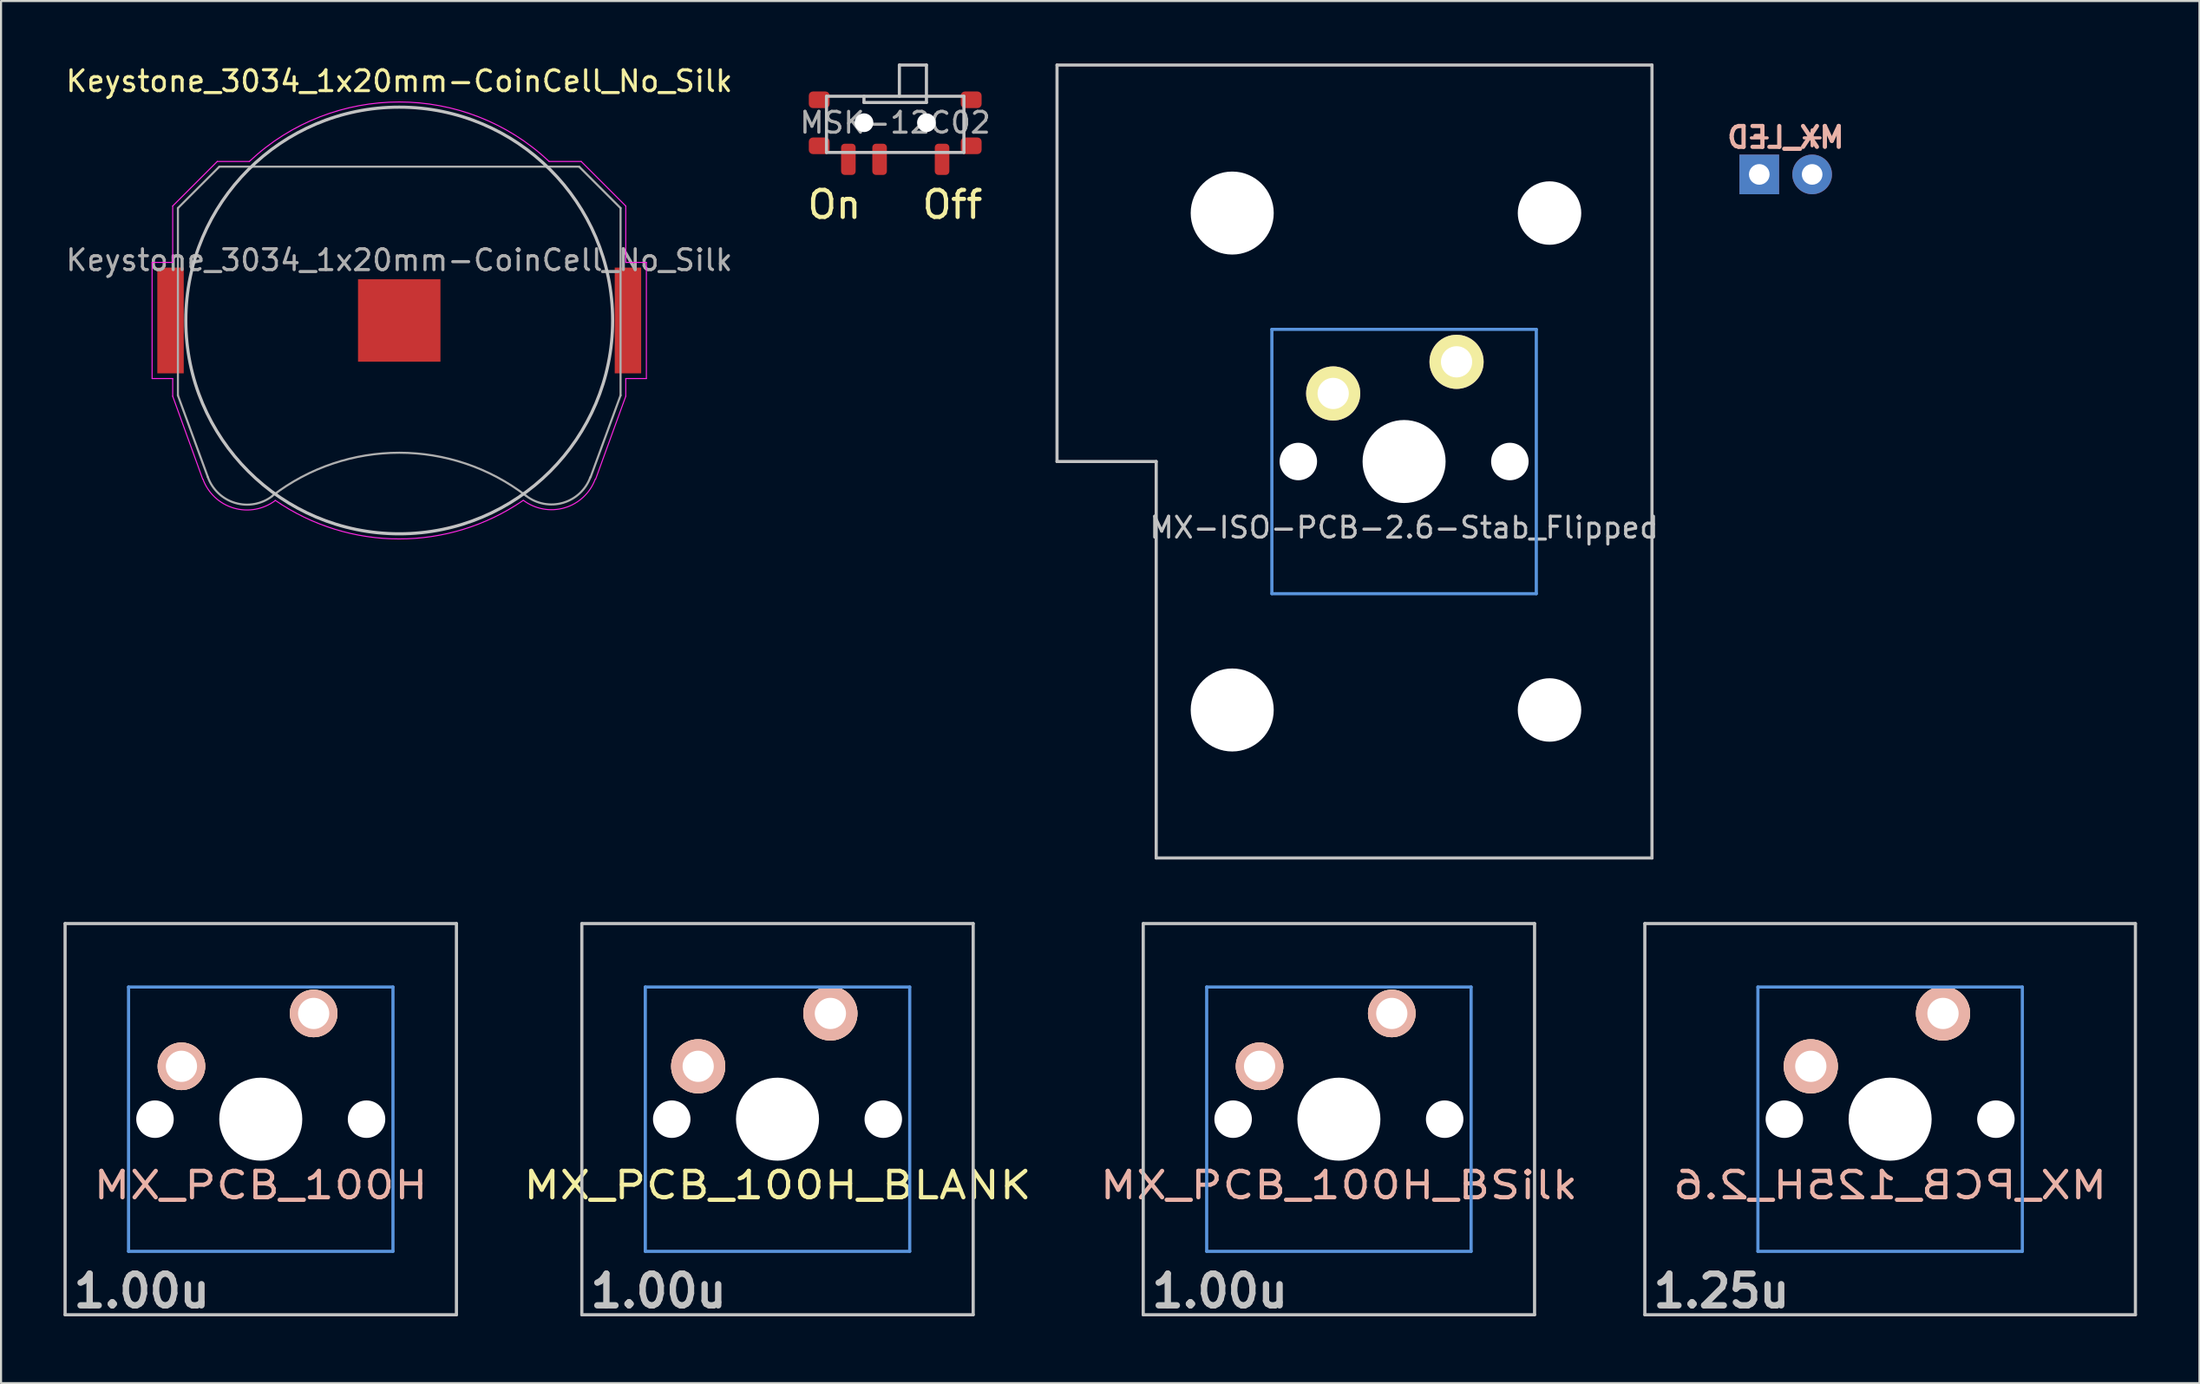
<source format=kicad_pcb>
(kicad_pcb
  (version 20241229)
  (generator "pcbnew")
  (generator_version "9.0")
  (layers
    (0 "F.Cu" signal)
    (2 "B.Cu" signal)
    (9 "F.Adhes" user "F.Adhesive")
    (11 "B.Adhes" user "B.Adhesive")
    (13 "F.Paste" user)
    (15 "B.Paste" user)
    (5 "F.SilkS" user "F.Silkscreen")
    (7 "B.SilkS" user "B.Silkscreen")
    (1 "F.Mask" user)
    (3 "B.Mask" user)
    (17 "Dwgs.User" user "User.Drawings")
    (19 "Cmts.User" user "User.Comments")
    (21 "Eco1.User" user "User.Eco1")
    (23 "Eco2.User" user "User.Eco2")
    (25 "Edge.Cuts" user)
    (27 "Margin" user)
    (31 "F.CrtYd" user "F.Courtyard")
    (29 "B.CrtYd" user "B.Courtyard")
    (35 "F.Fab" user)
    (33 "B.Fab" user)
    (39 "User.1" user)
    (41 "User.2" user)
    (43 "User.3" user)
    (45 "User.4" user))
  (footprint "MX_PCB_100H_BLANK"
    (layer "F.Cu")
    (at 34.293 50.724)
    (property "Reference" "MX_PCB_100H_BLANK" (at 0 3.175 0) (layer "F.SilkS") (effects (font (size 1.27 1.524) (thickness 0.203))))
    (attr through_hole)
    (fp_line (start -9.398 -9.398) (end 9.398 -9.398) (stroke (width 0.152) (type solid)) (layer "Dwgs.User"))
    (fp_line (start -9.398 9.398) (end -9.398 -9.398) (stroke (width 0.152) (type solid)) (layer "Dwgs.User"))
    (fp_line (start 9.398 -9.398) (end 9.398 9.398) (stroke (width 0.152) (type solid)) (layer "Dwgs.User"))
    (fp_line (start 9.398 9.398) (end -9.398 9.398) (stroke (width 0.152) (type solid)) (layer "Dwgs.User"))
    (fp_line (start -6.35 -6.35) (end 6.35 -6.35) (stroke (width 0.152) (type solid)) (layer "Cmts.User"))
    (fp_line (start -6.35 6.35) (end -6.35 -6.35) (stroke (width 0.152) (type solid)) (layer "Cmts.User"))
    (fp_line (start 6.35 -6.35) (end 6.35 6.35) (stroke (width 0.152) (type solid)) (layer "Cmts.User"))
    (fp_line (start 6.35 6.35) (end -6.35 6.35) (stroke (width 0.152) (type solid)) (layer "Cmts.User"))
    (fp_line (start -6.985 -6.985) (end 6.985 -6.985) (stroke (width 0.152) (type solid)) (layer "Eco2.User"))
    (fp_line (start -6.985 6.985) (end -6.985 -6.985) (stroke (width 0.152) (type solid)) (layer "Eco2.User"))
    (fp_line (start 6.985 -6.985) (end 6.985 6.985) (stroke (width 0.152) (type solid)) (layer "Eco2.User"))
    (fp_line (start 6.985 6.985) (end -6.985 6.985) (stroke (width 0.152) (type solid)) (layer "Eco2.User"))
    (fp_text user "1.00u" (at -5.715 8.255 0) (layer "Dwgs.User") (effects (font (size 1.524 1.524) (thickness 0.305))))
    (pad "" np_thru_hole circle (at -5.08 0) (size 1.8 1.8) (drill 1.8) (layers "*.Cu"))
    (pad "" np_thru_hole circle (at 0 0) (size 3.988 3.988) (drill 3.988) (layers "*.Cu"))
    (pad "" np_thru_hole circle (at 5.08 0) (size 1.8 1.8) (drill 1.8) (layers "*.Cu"))
    (pad "1" thru_hole circle (at 2.54 -5.08) (size 2.6 2.6) (drill 1.499) (layers "*.Cu" "*.SilkS" "*.Mask"))
    (pad "2" thru_hole circle (at -3.81 -2.54) (size 2.6 2.6) (drill 1.499) (layers "*.Cu" "*.SilkS" "*.Mask")))
  (footprint "MX_PCB_125H_2.6"
    (layer "F.Cu")
    (at 87.731 50.724)
    (property "Reference" "MX_PCB_125H_2.6" (at 0 3.175 0) (layer "B.SilkS") (effects (font (size 1.27 1.524) (thickness 0.203)) (justify mirror)))
    (attr through_hole)
    (fp_line (start -11.781 -9.398) (end 11.781 -9.398) (stroke (width 0.152) (type solid)) (layer "Dwgs.User"))
    (fp_line (start -11.781 9.398) (end -11.781 -9.398) (stroke (width 0.152) (type solid)) (layer "Dwgs.User"))
    (fp_line (start 11.781 -9.398) (end 11.781 9.398) (stroke (width 0.152) (type solid)) (layer "Dwgs.User"))
    (fp_line (start 11.781 9.398) (end -11.781 9.398) (stroke (width 0.152) (type solid)) (layer "Dwgs.User"))
    (fp_line (start -6.35 -6.35) (end 6.35 -6.35) (stroke (width 0.152) (type solid)) (layer "Cmts.User"))
    (fp_line (start -6.35 6.35) (end -6.35 -6.35) (stroke (width 0.152) (type solid)) (layer "Cmts.User"))
    (fp_line (start 6.35 -6.35) (end 6.35 6.35) (stroke (width 0.152) (type solid)) (layer "Cmts.User"))
    (fp_line (start 6.35 6.35) (end -6.35 6.35) (stroke (width 0.152) (type solid)) (layer "Cmts.User"))
    (fp_line (start -6.985 -6.985) (end 6.985 -6.985) (stroke (width 0.152) (type solid)) (layer "Eco2.User"))
    (fp_line (start -6.985 6.985) (end -6.985 -6.985) (stroke (width 0.152) (type solid)) (layer "Eco2.User"))
    (fp_line (start 6.985 -6.985) (end 6.985 6.985) (stroke (width 0.152) (type solid)) (layer "Eco2.User"))
    (fp_line (start 6.985 6.985) (end -6.985 6.985) (stroke (width 0.152) (type solid)) (layer "Eco2.User"))
    (fp_text user "1.25u" (at -8.098 8.255 0) (layer "Dwgs.User") (effects (font (size 1.524 1.524) (thickness 0.305))))
    (pad "" np_thru_hole circle (at -5.08 0) (size 1.8 1.8) (drill 1.8) (layers "*.Cu"))
    (pad "" np_thru_hole circle (at 0 0) (size 3.988 3.988) (drill 3.988) (layers "*.Cu"))
    (pad "" np_thru_hole circle (at 5.08 0) (size 1.8 1.8) (drill 1.8) (layers "*.Cu"))
    (pad "1" thru_hole circle (at 2.54 -5.08) (size 2.6 2.6) (drill 1.5) (layers "*.Cu" "*.SilkS" "*.Mask"))
    (pad "2" thru_hole circle (at -3.81 -2.54) (size 2.6 2.6) (drill 1.5) (layers "*.Cu" "*.SilkS" "*.Mask")))
  (footprint "MX_PCB_100H"
    (layer "F.Cu")
    (at 9.474 50.724)
    (property "Reference" "MX_PCB_100H" (at 0 3.175 0) (layer "B.SilkS") (effects (font (size 1.27 1.524) (thickness 0.203))))
    (attr through_hole)
    (fp_line (start -9.398 -9.398) (end 9.398 -9.398) (stroke (width 0.152) (type solid)) (layer "Dwgs.User"))
    (fp_line (start -9.398 9.398) (end -9.398 -9.398) (stroke (width 0.152) (type solid)) (layer "Dwgs.User"))
    (fp_line (start 9.398 -9.398) (end 9.398 9.398) (stroke (width 0.152) (type solid)) (layer "Dwgs.User"))
    (fp_line (start 9.398 9.398) (end -9.398 9.398) (stroke (width 0.152) (type solid)) (layer "Dwgs.User"))
    (fp_line (start -6.35 -6.35) (end 6.35 -6.35) (stroke (width 0.152) (type solid)) (layer "Cmts.User"))
    (fp_line (start -6.35 6.35) (end -6.35 -6.35) (stroke (width 0.152) (type solid)) (layer "Cmts.User"))
    (fp_line (start 6.35 -6.35) (end 6.35 6.35) (stroke (width 0.152) (type solid)) (layer "Cmts.User"))
    (fp_line (start 6.35 6.35) (end -6.35 6.35) (stroke (width 0.152) (type solid)) (layer "Cmts.User"))
    (fp_line (start -6.985 -6.985) (end 6.985 -6.985) (stroke (width 0.152) (type solid)) (layer "Eco2.User"))
    (fp_line (start -6.985 6.985) (end -6.985 -6.985) (stroke (width 0.152) (type solid)) (layer "Eco2.User"))
    (fp_line (start 6.985 -6.985) (end 6.985 6.985) (stroke (width 0.152) (type solid)) (layer "Eco2.User"))
    (fp_line (start 6.985 6.985) (end -6.985 6.985) (stroke (width 0.152) (type solid)) (layer "Eco2.User"))
    (fp_text user "1.00u" (at -5.715 8.255 0) (layer "Dwgs.User") (effects (font (size 1.524 1.524) (thickness 0.305))))
    (pad "" np_thru_hole circle (at -5.08 0) (size 1.8 1.8) (drill 1.8) (layers "*.Cu"))
    (pad "" np_thru_hole circle (at 0 0) (size 3.988 3.988) (drill 3.988) (layers "*.Cu"))
    (pad "" np_thru_hole circle (at 5.08 0) (size 1.8 1.8) (drill 1.8) (layers "*.Cu"))
    (pad "1" thru_hole circle (at 2.54 -5.08) (size 2.286 2.286) (drill 1.499) (layers "*.Cu" "*.SilkS" "*.Mask"))
    (pad "2" thru_hole circle (at -3.81 -2.54) (size 2.286 2.286) (drill 1.499) (layers "*.Cu" "*.SilkS" "*.Mask")))
  (footprint "MX-ISO-PCB-2.6-Stab_Flipped"
    (layer "F.Cu")
    (at 64.387 19.125)
    (property "Reference" "MX-ISO-PCB-2.6-Stab_Flipped" (at 0 3.175 0) (layer "Dwgs.User") (effects (font (size 1 1) (thickness 0.15))))
    (attr through_hole)
    (fp_line (start -16.669 -19.05) (end -16.669 0) (stroke (width 0.15) (type solid)) (layer "Dwgs.User"))
    (fp_line (start -16.669 -19.05) (end 11.906 -19.05) (stroke (width 0.15) (type solid)) (layer "Dwgs.User"))
    (fp_line (start -11.906 0) (end -16.669 0) (stroke (width 0.15) (type solid)) (layer "Dwgs.User"))
    (fp_line (start -11.906 19.05) (end -11.906 0) (stroke (width 0.15) (type solid)) (layer "Dwgs.User"))
    (fp_line (start -11.906 19.05) (end 11.906 19.05) (stroke (width 0.15) (type solid)) (layer "Dwgs.User"))
    (fp_line (start 11.906 -19.05) (end 11.906 19.05) (stroke (width 0.15) (type solid)) (layer "Dwgs.User"))
    (fp_line (start -6.35 -6.35) (end 6.35 -6.35) (stroke (width 0.152) (type solid)) (layer "Cmts.User"))
    (fp_line (start -6.35 6.35) (end -6.35 -6.35) (stroke (width 0.152) (type solid)) (layer "Cmts.User"))
    (fp_line (start 6.35 -6.35) (end 6.35 6.35) (stroke (width 0.152) (type solid)) (layer "Cmts.User"))
    (fp_line (start 6.35 6.35) (end -6.35 6.35) (stroke (width 0.152) (type solid)) (layer "Cmts.User"))
    (pad "" np_thru_hole circle (at -8.255 -11.938 180) (size 3.988 3.988) (drill 3.988) (layers "*.Cu" "*.Mask"))
    (pad "" np_thru_hole circle (at -8.255 11.938 180) (size 3.988 3.988) (drill 3.988) (layers "*.Cu" "*.Mask"))
    (pad "" np_thru_hole circle (at -5.08 0) (size 1.8 1.8) (drill 1.8) (layers "*.Cu"))
    (pad "" np_thru_hole circle (at 0 0) (size 3.988 3.988) (drill 3.988) (layers "*.Cu"))
    (pad "" np_thru_hole circle (at 5.08 0) (size 1.8 1.8) (drill 1.8) (layers "*.Cu"))
    (pad "" np_thru_hole circle (at 6.985 -11.938) (size 3.048 3.048) (drill 3.048) (layers "*.Cu" "*.Mask"))
    (pad "" np_thru_hole circle (at 6.985 11.938 180) (size 3.048 3.048) (drill 3.048) (layers "*.Cu" "*.Mask"))
    (pad "1" thru_hole circle (at -3.405 -3.27 331) (size 2.6 2.6) (drill 1.5) (layers "*.Cu" "*.Mask" "F.SilkS"))
    (pad "2" thru_hole circle (at 2.52 -4.79 356.1) (size 2.6 2.6) (drill 1.5) (layers "*.Cu" "*.Mask" "F.SilkS")))
  (footprint "MX_LED"
    (layer "F.Cu")
    (at 82.716 0.25)
    (property "Reference" "MX_LED" (at 0 3.302 0) (layer "B.SilkS") (effects (font (size 1 1) (thickness 0.203)) (justify mirror)))
    (attr through_hole)
    (fp_text user "-" (at -1.27 3.25 0) (layer "B.SilkS") (effects (font (size 1 1) (thickness 0.15)) (justify mirror)))
    (fp_text user "+" (at 1.27 3.25 0) (layer "B.SilkS") (effects (font (size 1 1) (thickness 0.15)) (justify mirror)))
    (pad "1" thru_hole rect (at -1.27 5.08) (size 1.905 1.905) (drill 0.991) (layers "*.Cu" "B.Mask"))
    (pad "2" thru_hole circle (at 1.27 5.08) (size 1.905 1.905) (drill 0.991) (layers "*.Cu" "B.Mask")))
  (footprint "Keystone_3034_1x20mm-CoinCell_No_Silk"
    (layer "F.Cu")
    (at 16.125 12.348)
    (property "Reference" "Keystone_3034_1x20mm-CoinCell_No_Silk" (at 0 -11.5 180) (layer "F.SilkS") (effects (font (size 1 1) (thickness 0.15))))
    (attr smd)
    (fp_circle (center 0 0) (end 0 10.25) (stroke (width 0.15) (type solid)) (fill no) (layer "Dwgs.User"))
    (fp_line (start -11.87 -2.79) (end -11.87 2.79) (stroke (width 0.05) (type solid)) (layer "F.CrtYd"))
    (fp_line (start -11.87 2.79) (end -10.88 2.79) (stroke (width 0.05) (type solid)) (layer "F.CrtYd"))
    (fp_line (start -10.88 -5.5) (end -10.88 -2.79) (stroke (width 0.05) (type solid)) (layer "F.CrtYd"))
    (fp_line (start -10.88 -2.79) (end -11.87 -2.79) (stroke (width 0.05) (type solid)) (layer "F.CrtYd"))
    (fp_line (start -10.88 2.79) (end -10.88 3.64) (stroke (width 0.05) (type solid)) (layer "F.CrtYd"))
    (fp_line (start -10.88 3.64) (end -9.44 7.62) (stroke (width 0.05) (type solid)) (layer "F.CrtYd"))
    (fp_line (start -8.74 -7.64) (end -10.88 -5.5) (stroke (width 0.05) (type solid)) (layer "F.CrtYd"))
    (fp_line (start -7.2 -7.64) (end -8.74 -7.64) (stroke (width 0.05) (type solid)) (layer "F.CrtYd"))
    (fp_line (start 8.74 -7.64) (end 7.2 -7.64) (stroke (width 0.05) (type solid)) (layer "F.CrtYd"))
    (fp_line (start 9.43 7.63) (end 10.88 3.64) (stroke (width 0.05) (type solid)) (layer "F.CrtYd"))
    (fp_line (start 10.88 -5.5) (end 8.74 -7.64) (stroke (width 0.05) (type solid)) (layer "F.CrtYd"))
    (fp_line (start 10.88 -2.79) (end 10.88 -5.5) (stroke (width 0.05) (type solid)) (layer "F.CrtYd"))
    (fp_line (start 10.88 2.79) (end 11.87 2.79) (stroke (width 0.05) (type solid)) (layer "F.CrtYd"))
    (fp_line (start 10.88 3.64) (end 10.88 2.79) (stroke (width 0.05) (type solid)) (layer "F.CrtYd"))
    (fp_line (start 11.87 -2.79) (end 10.88 -2.79) (stroke (width 0.05) (type solid)) (layer "F.CrtYd"))
    (fp_line (start 11.87 2.79) (end 11.87 -2.79) (stroke (width 0.05) (type solid)) (layer "F.CrtYd"))
    (fp_arc (start -7.199546 -7.640427) (mid 0.000312 -10.498075) (end 7.2 -7.64) (stroke (width 0.05) (type solid)) (layer "F.CrtYd"))
    (fp_arc (start -5.956965 8.654604) (mid -7.953941 9.011629) (end -9.43 7.62) (stroke (width 0.05) (type solid)) (layer "F.CrtYd"))
    (fp_arc (start 5.945368 8.650075) (mid -0.008883 10.496243) (end -5.96 8.64) (stroke (width 0.05) (type solid)) (layer "F.CrtYd"))
    (fp_arc (start 9.415144 7.621341) (mid 7.944017 9.000493) (end 5.96 8.64) (stroke (width 0.05) (type solid)) (layer "F.CrtYd"))
    (fp_line (start -10.63 -5.4) (end -8.64 -7.39) (stroke (width 0.1) (type solid)) (layer "F.Fab"))
    (fp_line (start -10.63 3.6) (end -10.63 -5.4) (stroke (width 0.1) (type solid)) (layer "F.Fab"))
    (fp_line (start -9.19 7.53) (end -10.63 3.6) (stroke (width 0.1) (type solid)) (layer "F.Fab"))
    (fp_line (start -8.64 -7.39) (end 8.64 -7.39) (stroke (width 0.1) (type solid)) (layer "F.Fab"))
    (fp_line (start 8.64 -7.39) (end 10.63 -5.4) (stroke (width 0.1) (type solid)) (layer "F.Fab"))
    (fp_line (start 10.63 -5.4) (end 10.63 3.6) (stroke (width 0.1) (type solid)) (layer "F.Fab"))
    (fp_line (start 10.63 3.6) (end 9.19 7.53) (stroke (width 0.1) (type solid)) (layer "F.Fab"))
    (fp_arc (start -6.096146 8.438508) (mid -7.87328 8.768206) (end -9.19 7.53) (stroke (width 0.1) (type solid)) (layer "F.Fab"))
    (fp_arc (start -6.094852 8.426043) (mid 0.003247 6.355257) (end 6.1 8.43) (stroke (width 0.1) (type solid)) (layer "F.Fab"))
    (fp_arc (start 9.180727 7.528882) (mid 7.868698 8.760067) (end 6.1 8.43) (stroke (width 0.1) (type solid)) (layer "F.Fab"))
    (fp_text user "${REFERENCE}" (at 0 -2.9 180) (layer "F.Fab") (effects (font (size 1 1) (thickness 0.15))))
    (pad "1" smd rect (at -10.985 0) (size 1.27 5.08) (layers "F.Cu" "F.Mask" "F.Paste"))
    (pad "1" smd rect (at 10.985 0) (size 1.27 5.08) (layers "F.Cu" "F.Mask" "F.Paste"))
    (pad "2" smd rect (at 0 0) (size 3.96 3.96) (layers "F.Cu" "F.Mask" "F.Paste")))
  (footprint "MSK-12C02"
    (layer "F.Cu")
    (at 39.946 2.845)
    (property "Reference" "MSK-12C02" (at 0 0 0) (layer "F.Fab") (effects (font (size 1 1) (thickness 0.15))))
    (fp_line (start -3.3 -1.27) (end -3.3 1.43) (stroke (width 0.15) (type solid)) (layer "Dwgs.User"))
    (fp_line (start -1.5 -0.97) (end -1.5 -1.27) (stroke (width 0.15) (type solid)) (layer "Dwgs.User"))
    (fp_line (start -1.5 -0.97) (end 1.5 -0.97) (stroke (width 0.15) (type solid)) (layer "Dwgs.User"))
    (fp_line (start 0.2 -2.77) (end 1.5 -2.77) (stroke (width 0.15) (type solid)) (layer "Dwgs.User"))
    (fp_line (start 0.2 -1.27) (end 0.2 -2.77) (stroke (width 0.15) (type solid)) (layer "Dwgs.User"))
    (fp_line (start 1.5 -2.77) (end 1.5 -1.27) (stroke (width 0.15) (type solid)) (layer "Dwgs.User"))
    (fp_line (start 1.5 -0.97) (end 1.5 -1.27) (stroke (width 0.15) (type solid)) (layer "Dwgs.User"))
    (fp_line (start 3.3 -1.27) (end -3.3 -1.27) (stroke (width 0.15) (type solid)) (layer "Dwgs.User"))
    (fp_line (start 3.3 -1.27) (end 3.3 1.43) (stroke (width 0.15) (type solid)) (layer "Dwgs.User"))
    (fp_line (start 3.3 1.43) (end -3.3 1.43) (stroke (width 0.15) (type solid)) (layer "Dwgs.User"))
    (fp_text user "On" (at -2.921 3.937 0) (unlocked yes) (layer "F.SilkS") (effects (font (size 1.3 1.3) (thickness 0.2))))
    (fp_text user "Off" (at 2.75 3.937 0) (unlocked yes) (layer "F.SilkS") (effects (font (size 1.3 1.3) (thickness 0.2))))
    (pad "" smd roundrect (at -3.65 -1.1 180) (size 1 0.8) (layers "F.Cu" "F.Mask" "F.Paste") (roundrect_rratio 0.25))
    (pad "" smd roundrect (at -3.65 1.11 180) (size 1 0.8) (layers "F.Cu" "F.Mask" "F.Paste") (roundrect_rratio 0.25))
    (pad "" np_thru_hole circle (at -1.5 0 180) (size 0.9 0.9) (drill 0.9) (layers "*.Cu" "*.Mask"))
    (pad "" np_thru_hole circle (at 1.5 0 180) (size 0.9 0.9) (drill 0.9) (layers "*.Cu" "*.Mask"))
    (pad "" smd roundrect (at 3.65 -1.1 180) (size 1 0.8) (layers "F.Cu" "F.Mask" "F.Paste") (roundrect_rratio 0.25))
    (pad "" smd roundrect (at 3.65 1.11 180) (size 1 0.8) (layers "F.Cu" "F.Mask" "F.Paste") (roundrect_rratio 0.25))
    (pad "1" smd roundrect (at 2.25 1.76 180) (size 0.7 1.5) (layers "F.Cu" "F.Mask" "F.Paste") (roundrect_rratio 0.25))
    (pad "2" smd roundrect (at -0.75 1.76 180) (size 0.7 1.5) (layers "F.Cu" "F.Mask" "F.Paste") (roundrect_rratio 0.25))
    (pad "3" smd roundrect (at -2.25 1.76 180) (size 0.7 1.5) (layers "F.Cu" "F.Mask" "F.Paste") (roundrect_rratio 0.25)))
  (footprint "MX_PCB_100H_BSilk"
    (layer "F.Cu")
    (at 61.256 50.724)
    (property "Reference" "MX_PCB_100H_BSilk" (at 0 3.175 0) (layer "B.SilkS") (effects (font (size 1.27 1.524) (thickness 0.203))))
    (attr through_hole)
    (fp_line (start -9.398 -9.398) (end 9.398 -9.398) (stroke (width 0.152) (type solid)) (layer "Dwgs.User"))
    (fp_line (start -9.398 9.398) (end -9.398 -9.398) (stroke (width 0.152) (type solid)) (layer "Dwgs.User"))
    (fp_line (start 9.398 -9.398) (end 9.398 9.398) (stroke (width 0.152) (type solid)) (layer "Dwgs.User"))
    (fp_line (start 9.398 9.398) (end -9.398 9.398) (stroke (width 0.152) (type solid)) (layer "Dwgs.User"))
    (fp_line (start -6.35 -6.35) (end 6.35 -6.35) (stroke (width 0.152) (type solid)) (layer "Cmts.User"))
    (fp_line (start -6.35 6.35) (end -6.35 -6.35) (stroke (width 0.152) (type solid)) (layer "Cmts.User"))
    (fp_line (start 6.35 -6.35) (end 6.35 6.35) (stroke (width 0.152) (type solid)) (layer "Cmts.User"))
    (fp_line (start 6.35 6.35) (end -6.35 6.35) (stroke (width 0.152) (type solid)) (layer "Cmts.User"))
    (fp_line (start -6.985 -6.985) (end 6.985 -6.985) (stroke (width 0.152) (type solid)) (layer "Eco2.User"))
    (fp_line (start -6.985 6.985) (end -6.985 -6.985) (stroke (width 0.152) (type solid)) (layer "Eco2.User"))
    (fp_line (start 6.985 -6.985) (end 6.985 6.985) (stroke (width 0.152) (type solid)) (layer "Eco2.User"))
    (fp_line (start 6.985 6.985) (end -6.985 6.985) (stroke (width 0.152) (type solid)) (layer "Eco2.User"))
    (fp_text user "1.00u" (at -5.715 8.255 0) (layer "Dwgs.User") (effects (font (size 1.524 1.524) (thickness 0.305))))
    (pad "" np_thru_hole circle (at -5.08 0) (size 1.8 1.8) (drill 1.8) (layers "*.Cu"))
    (pad "" np_thru_hole circle (at 0 0) (size 3.988 3.988) (drill 3.988) (layers "*.Cu"))
    (pad "" np_thru_hole circle (at 5.08 0) (size 1.8 1.8) (drill 1.8) (layers "*.Cu"))
    (pad "1" thru_hole circle (at 2.54 -5.08) (size 2.286 2.286) (drill 1.499) (layers "*.Cu" "*.SilkS" "*.Mask"))
    (pad "2" thru_hole circle (at -3.81 -2.54) (size 2.286 2.286) (drill 1.499) (layers "*.Cu" "*.SilkS" "*.Mask")))
  (gr_rect
    (start -3 -3)
    (end 102.588 63.406)
    (stroke (width 0.1) (type default))
    (fill no)
    (layer "Edge.Cuts")))
</source>
